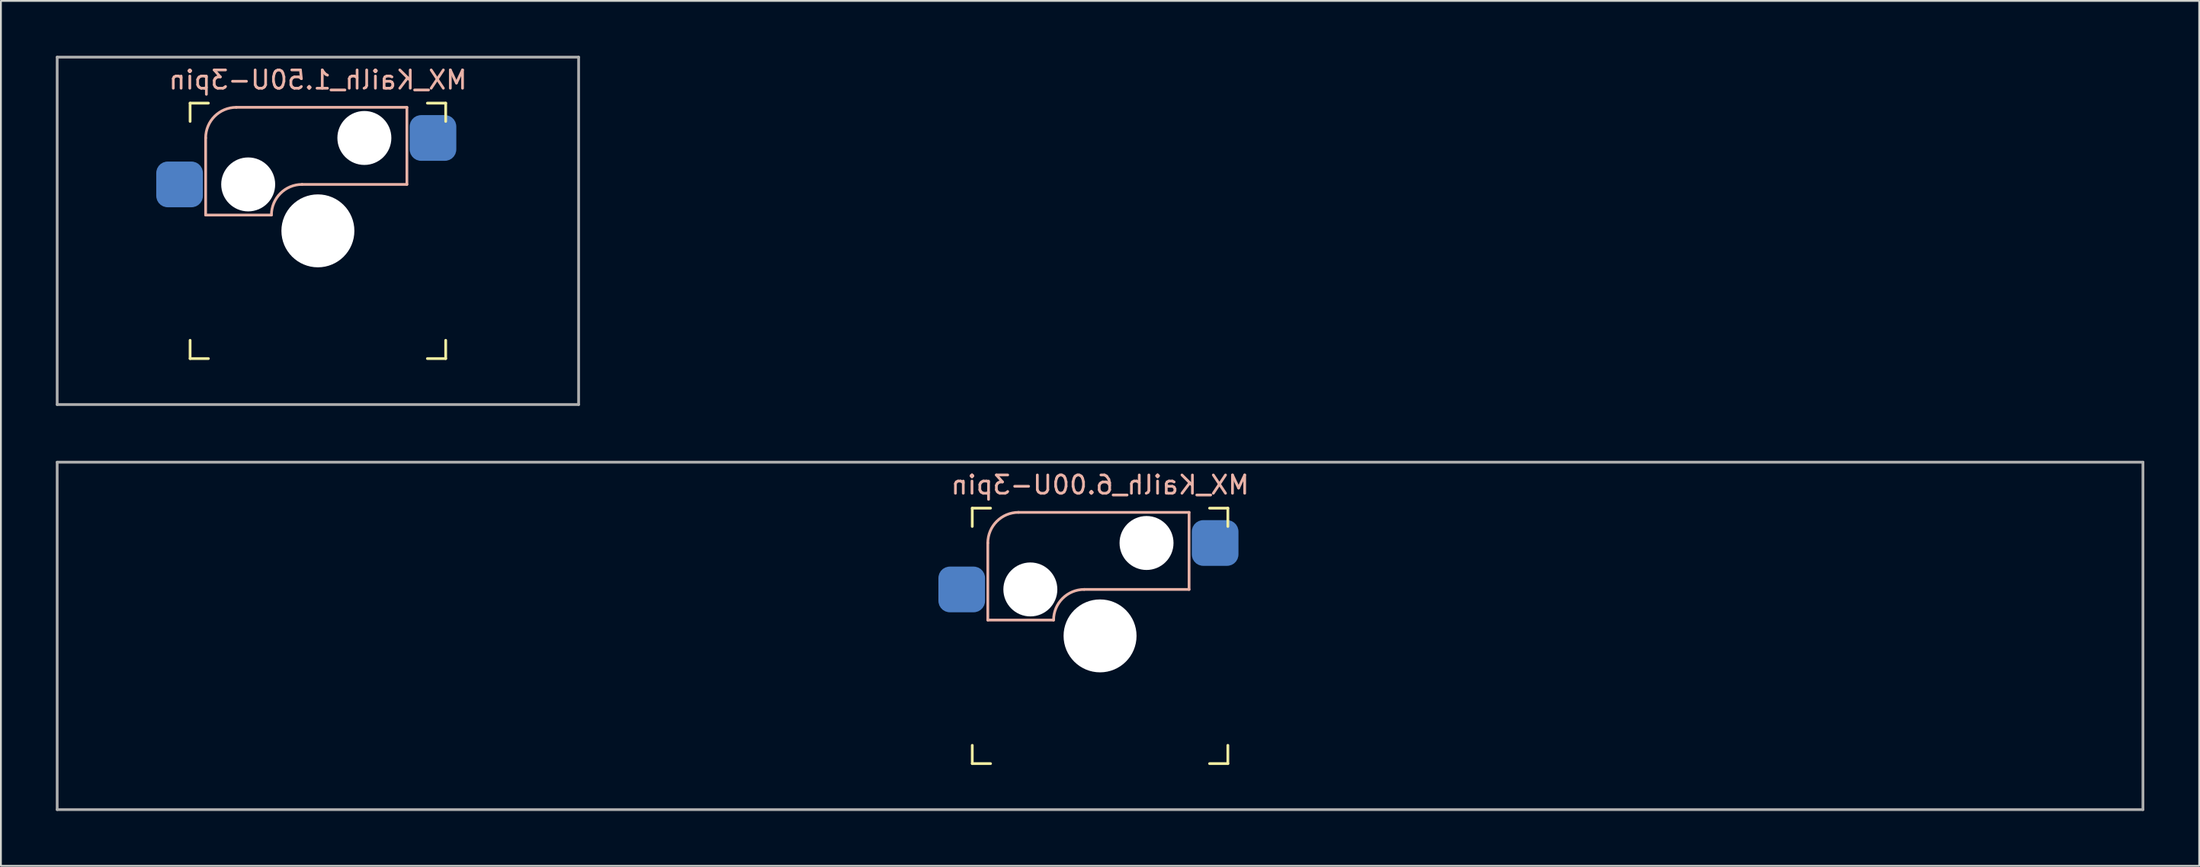
<source format=kicad_pcb>
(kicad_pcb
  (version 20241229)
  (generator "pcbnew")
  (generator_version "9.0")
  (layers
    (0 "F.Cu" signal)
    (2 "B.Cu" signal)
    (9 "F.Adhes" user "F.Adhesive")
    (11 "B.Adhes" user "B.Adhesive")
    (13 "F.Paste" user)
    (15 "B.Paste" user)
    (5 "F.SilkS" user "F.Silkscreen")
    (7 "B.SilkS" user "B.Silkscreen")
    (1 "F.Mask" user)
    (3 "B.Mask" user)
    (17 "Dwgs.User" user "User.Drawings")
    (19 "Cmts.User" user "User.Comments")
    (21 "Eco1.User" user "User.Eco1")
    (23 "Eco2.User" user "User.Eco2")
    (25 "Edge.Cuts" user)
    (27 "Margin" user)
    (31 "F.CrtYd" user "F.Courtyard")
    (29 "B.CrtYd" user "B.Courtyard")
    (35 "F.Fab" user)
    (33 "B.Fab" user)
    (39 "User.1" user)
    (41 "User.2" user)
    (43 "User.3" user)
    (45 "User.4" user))
  (footprint "MX_Kailh_6.00U-3pin"
    (layer "F.Cu")
    (at 57.075 31.725)
    (property "Reference" "MX_Kailh_6.00U-3pin" (at 0 -8.255 0) (layer "B.SilkS") (effects (font (size 1 1) (thickness 0.15)) (justify mirror)))
    (attr smd)
    (fp_line (start -6.985 -5.985) (end -6.985 -6.985) (stroke (width 0.15) (type solid)) (layer "F.SilkS"))
    (fp_line (start -6.985 6.985) (end -6.985 5.985) (stroke (width 0.15) (type solid)) (layer "F.SilkS"))
    (fp_line (start -6.985 6.985) (end -5.985 6.985) (stroke (width 0.15) (type solid)) (layer "F.SilkS"))
    (fp_line (start -5.985 -6.985) (end -6.985 -6.985) (stroke (width 0.15) (type solid)) (layer "F.SilkS"))
    (fp_line (start 5.985 6.985) (end 6.985 6.985) (stroke (width 0.15) (type solid)) (layer "F.SilkS"))
    (fp_line (start 6.985 -6.985) (end 5.985 -6.985) (stroke (width 0.15) (type solid)) (layer "F.SilkS"))
    (fp_line (start 6.985 -6.985) (end 6.985 -5.985) (stroke (width 0.15) (type solid)) (layer "F.SilkS"))
    (fp_line (start 6.985 5.985) (end 6.985 6.985) (stroke (width 0.15) (type solid)) (layer "F.SilkS"))
    (fp_line (start -6.135 -5.08) (end -6.135 -0.865) (stroke (width 0.15) (type solid)) (layer "B.SilkS"))
    (fp_line (start -6.135 -0.865) (end -2.54 -0.865) (stroke (width 0.15) (type solid)) (layer "B.SilkS"))
    (fp_line (start -4.46 -6.755) (end 4.865 -6.755) (stroke (width 0.15) (type solid)) (layer "B.SilkS"))
    (fp_line (start -0.865 -2.54) (end 4.865 -2.54) (stroke (width 0.15) (type solid)) (layer "B.SilkS"))
    (fp_line (start 4.865 -6.755) (end 4.865 -2.54) (stroke (width 0.15) (type solid)) (layer "B.SilkS"))
    (fp_arc (start -6.135 -5.08) (mid -5.644404 -6.264404) (end -4.46 -6.755) (stroke (width 0.15) (type solid)) (layer "B.SilkS"))
    (fp_arc (start -2.54 -0.865) (mid -2.049404 -2.049404) (end -0.865 -2.54) (stroke (width 0.15) (type solid)) (layer "B.SilkS"))
    (fp_line (start -6.985 6.985) (end -6.985 -6.985) (stroke (width 0.15) (type solid)) (layer "Eco2.User"))
    (fp_line (start -6.985 6.985) (end 6.985 6.985) (stroke (width 0.15) (type solid)) (layer "Eco2.User"))
    (fp_line (start 6.985 -6.985) (end -6.985 -6.985) (stroke (width 0.15) (type solid)) (layer "Eco2.User"))
    (fp_line (start 6.985 -6.985) (end 6.985 6.985) (stroke (width 0.15) (type solid)) (layer "Eco2.User"))
    (fp_line (start -57 -9.5) (end 57 -9.5) (stroke (width 0.15) (type solid)) (layer "F.Fab"))
    (fp_line (start -57 9.5) (end -57 -9.5) (stroke (width 0.15) (type solid)) (layer "F.Fab"))
    (fp_line (start 57 -9.5) (end 57 9.5) (stroke (width 0.15) (type solid)) (layer "F.Fab"))
    (fp_line (start 57 9.5) (end -57 9.5) (stroke (width 0.15) (type solid)) (layer "F.Fab"))
    (pad "" np_thru_hole circle (at -3.81 -2.54) (size 2.95 2.95) (drill 2.95) (layers "*.Cu" "*.Mask"))
    (pad "" np_thru_hole circle (at 0 0) (size 3.988 3.988) (drill 3.988) (layers "*.Cu" "*.Mask"))
    (pad "" np_thru_hole circle (at 2.54 -5.08) (size 2.95 2.95) (drill 2.95) (layers "*.Cu" "*.Mask"))
    (pad "1" smd roundrect (at 6.29 -5.08) (size 2.55 2.5) (layers "B.Cu" "B.Mask" "B.Paste") (roundrect_rratio 0.25))
    (pad "2" smd roundrect (at -7.56 -2.54) (size 2.55 2.5) (layers "B.Cu" "B.Mask" "B.Paste") (roundrect_rratio 0.25)))
  (footprint "MX_Kailh_1.50U-3pin"
    (layer "F.Cu")
    (at 14.325 9.575)
    (property "Reference" "MX_Kailh_1.50U-3pin" (at 0 -8.255 0) (layer "B.SilkS") (effects (font (size 1 1) (thickness 0.15)) (justify mirror)))
    (attr smd)
    (fp_line (start -6.985 -5.985) (end -6.985 -6.985) (stroke (width 0.15) (type solid)) (layer "F.SilkS"))
    (fp_line (start -6.985 6.985) (end -6.985 5.985) (stroke (width 0.15) (type solid)) (layer "F.SilkS"))
    (fp_line (start -6.985 6.985) (end -5.985 6.985) (stroke (width 0.15) (type solid)) (layer "F.SilkS"))
    (fp_line (start -5.985 -6.985) (end -6.985 -6.985) (stroke (width 0.15) (type solid)) (layer "F.SilkS"))
    (fp_line (start 5.985 6.985) (end 6.985 6.985) (stroke (width 0.15) (type solid)) (layer "F.SilkS"))
    (fp_line (start 6.985 -6.985) (end 5.985 -6.985) (stroke (width 0.15) (type solid)) (layer "F.SilkS"))
    (fp_line (start 6.985 -6.985) (end 6.985 -5.985) (stroke (width 0.15) (type solid)) (layer "F.SilkS"))
    (fp_line (start 6.985 5.985) (end 6.985 6.985) (stroke (width 0.15) (type solid)) (layer "F.SilkS"))
    (fp_line (start -6.135 -5.08) (end -6.135 -0.865) (stroke (width 0.15) (type solid)) (layer "B.SilkS"))
    (fp_line (start -6.135 -0.865) (end -2.54 -0.865) (stroke (width 0.15) (type solid)) (layer "B.SilkS"))
    (fp_line (start -4.46 -6.755) (end 4.865 -6.755) (stroke (width 0.15) (type solid)) (layer "B.SilkS"))
    (fp_line (start -0.865 -2.54) (end 4.865 -2.54) (stroke (width 0.15) (type solid)) (layer "B.SilkS"))
    (fp_line (start 4.865 -6.755) (end 4.865 -2.54) (stroke (width 0.15) (type solid)) (layer "B.SilkS"))
    (fp_arc (start -6.135 -5.08) (mid -5.644404 -6.264404) (end -4.46 -6.755) (stroke (width 0.15) (type solid)) (layer "B.SilkS"))
    (fp_arc (start -2.54 -0.865) (mid -2.049404 -2.049404) (end -0.865 -2.54) (stroke (width 0.15) (type solid)) (layer "B.SilkS"))
    (fp_line (start -6.985 6.985) (end -6.985 -6.985) (stroke (width 0.15) (type solid)) (layer "Eco2.User"))
    (fp_line (start -6.985 6.985) (end 6.985 6.985) (stroke (width 0.15) (type solid)) (layer "Eco2.User"))
    (fp_line (start 6.985 -6.985) (end -6.985 -6.985) (stroke (width 0.15) (type solid)) (layer "Eco2.User"))
    (fp_line (start 6.985 -6.985) (end 6.985 6.985) (stroke (width 0.15) (type solid)) (layer "Eco2.User"))
    (fp_line (start -14.25 -9.5) (end 14.25 -9.5) (stroke (width 0.15) (type solid)) (layer "F.Fab"))
    (fp_line (start -14.25 9.5) (end -14.25 -9.5) (stroke (width 0.15) (type solid)) (layer "F.Fab"))
    (fp_line (start 14.25 -9.5) (end 14.25 9.5) (stroke (width 0.15) (type solid)) (layer "F.Fab"))
    (fp_line (start 14.25 9.5) (end -14.25 9.5) (stroke (width 0.15) (type solid)) (layer "F.Fab"))
    (pad "" np_thru_hole circle (at -3.81 -2.54) (size 2.95 2.95) (drill 2.95) (layers "*.Cu" "*.Mask"))
    (pad "" np_thru_hole circle (at 0 0) (size 3.988 3.988) (drill 3.988) (layers "*.Cu" "*.Mask"))
    (pad "" np_thru_hole circle (at 2.54 -5.08) (size 2.95 2.95) (drill 2.95) (layers "*.Cu" "*.Mask"))
    (pad "1" smd roundrect (at 6.29 -5.08) (size 2.55 2.5) (layers "B.Cu" "B.Mask" "B.Paste") (roundrect_rratio 0.25))
    (pad "2" smd roundrect (at -7.56 -2.54) (size 2.55 2.5) (layers "B.Cu" "B.Mask" "B.Paste") (roundrect_rratio 0.25)))
  (gr_rect
    (start -3 -3)
    (end 117.15 44.3)
    (stroke (width 0.1) (type default))
    (fill no)
    (layer "Edge.Cuts")))
</source>
